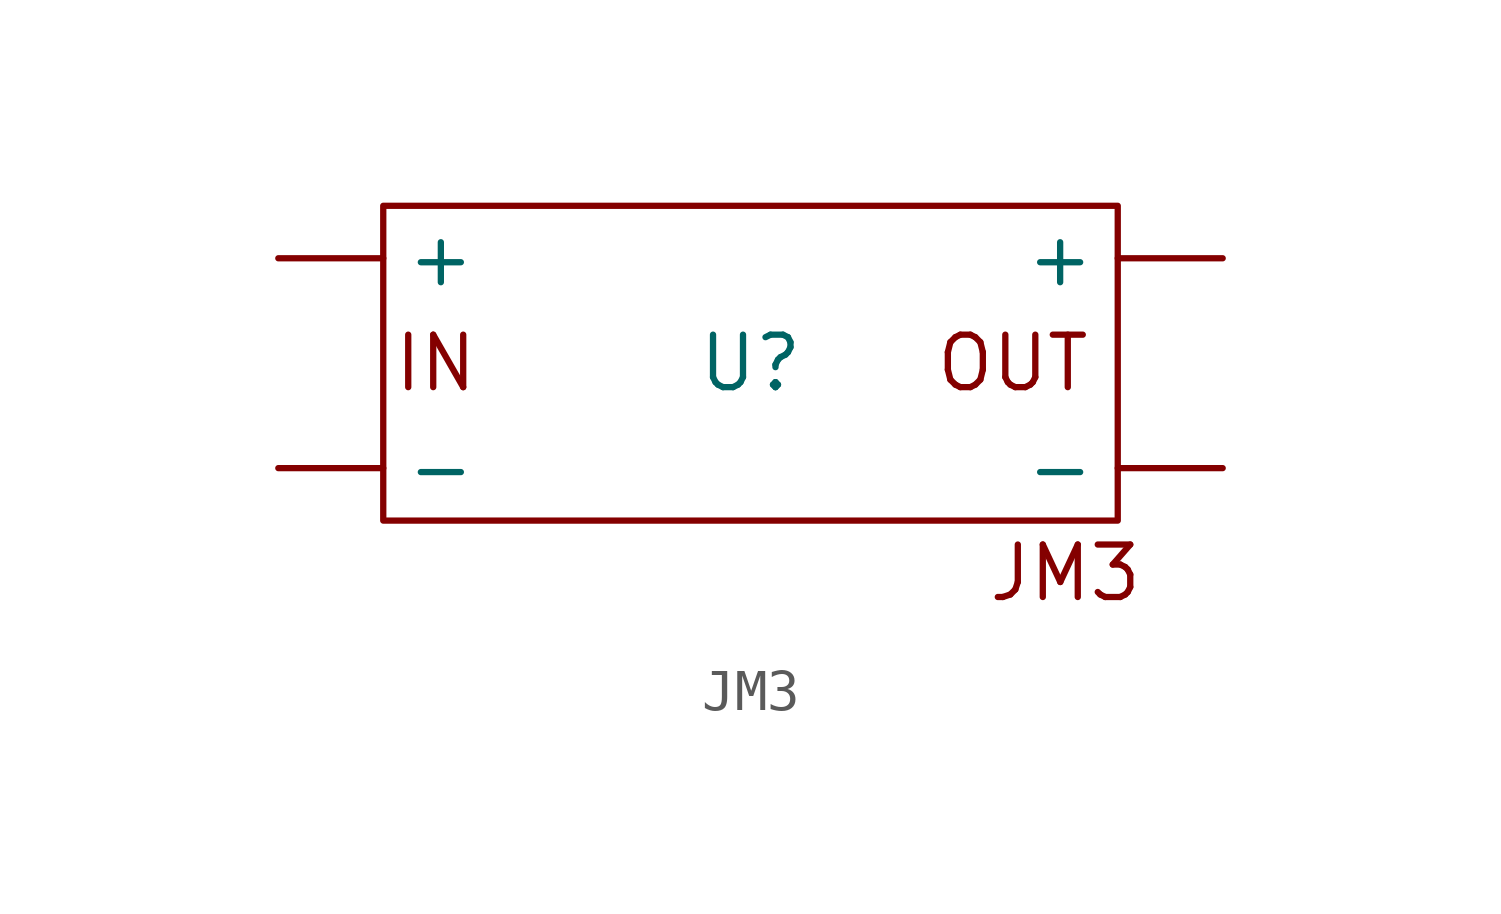
<source format=kicad_sym>
(kicad_symbol_lib
  (version 20220914)
  (generator kicad_symbol_editor)
  (symbol "JM3"
    (property "Reference" "U"
      (at 0 0 0)
      (effects (font (size 1.27 1.27))))
    (property "Value" ""
      (at 0 0 0)
      (effects (font (size 1.27 1.27))))
    (symbol "JM3_0_1"
      (rectangle (start -8.89 3.81) (end 8.89 -3.81) (stroke (width 0) (type default)) (fill (type none))))
    (symbol "JM3_1_1"
      (text "IN" (at -7.62 0 0) (effects (font (size 1.27 1.27))))
      (text "JM3" (at 7.62 -5.08 0) (effects (font (size 1.27 1.27))))
      (text "OUT" (at 6.35 0 0) (effects (font (size 1.27 1.27))))
      (pin input line (at -11.43 2.54 0) (length 2.54) (name "+" (effects (font (size 1.27 1.27)))) (number "" (effects (font (size 1.27 1.27)))))
      (pin input line (at 11.43 2.54 180) (length 2.54) (name "+" (effects (font (size 1.27 1.27)))) (number "" (effects (font (size 1.27 1.27)))))
      (pin output line (at -11.43 -2.54 0) (length 2.54) (name "-" (effects (font (size 1.27 1.27)))) (number "" (effects (font (size 1.27 1.27)))))
      (pin output line (at 11.43 -2.54 180) (length 2.54) (name "-" (effects (font (size 1.27 1.27)))) (number "" (effects (font (size 1.27 1.27))))))))
</source>
